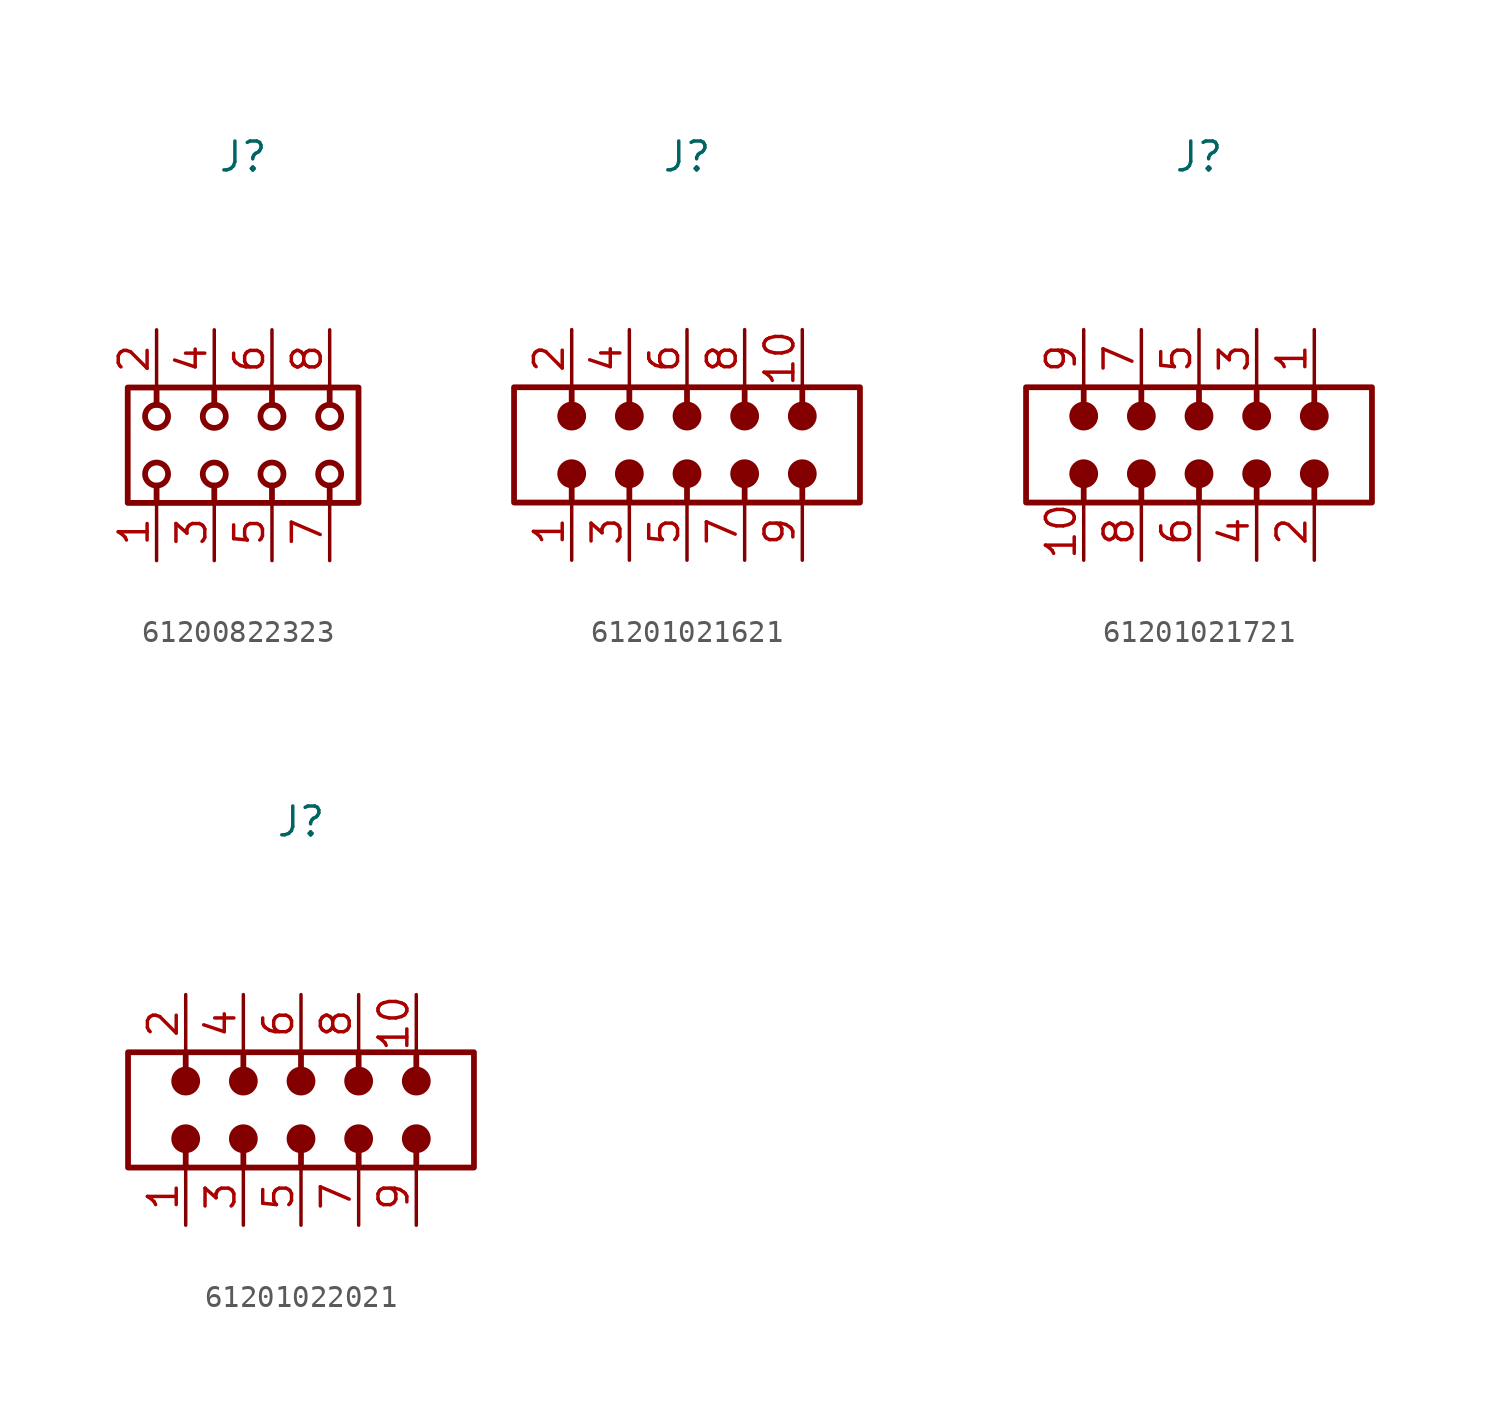
<source format=kicad_sym>
(kicad_symbol_lib
  (version 20241209)
  (generator "kicad_symbol_editor")
  (generator_version "9.0")
  (symbol "61200822323"
    (pin_names
      (hide yes))
    (property "Reference" "J"
      (at 0 12.7 0)
      (effects (font (size 1.27 1.27))))
    (symbol "61200822323_1_1"
      (rectangle (start -5.08 2.54) (end 5.08 -2.54) (stroke (width 0.254) (type solid)) (fill (type none)))
      (polyline (pts (xy -3.81 1.778) (xy -3.81 2.54)) (stroke (width 0.254) (type solid)) (fill (type none)))
      (circle (center -3.81 1.27) (radius 0.508) (stroke (width 0.254) (type solid)) (fill (type none)))
      (circle (center -3.81 -1.27) (radius 0.508) (stroke (width 0.254) (type solid)) (fill (type none)))
      (polyline (pts (xy -3.81 -1.778) (xy -3.81 -2.54)) (stroke (width 0.254) (type solid)) (fill (type none)))
      (polyline (pts (xy -1.27 1.778) (xy -1.27 2.54)) (stroke (width 0.254) (type solid)) (fill (type none)))
      (circle (center -1.27 1.27) (radius 0.508) (stroke (width 0.254) (type solid)) (fill (type none)))
      (circle (center -1.27 -1.27) (radius 0.508) (stroke (width 0.254) (type solid)) (fill (type none)))
      (polyline (pts (xy -1.27 -1.778) (xy -1.27 -2.54)) (stroke (width 0.254) (type solid)) (fill (type none)))
      (polyline (pts (xy 1.27 1.778) (xy 1.27 2.54)) (stroke (width 0.254) (type solid)) (fill (type none)))
      (circle (center 1.27 1.27) (radius 0.508) (stroke (width 0.254) (type solid)) (fill (type none)))
      (circle (center 1.27 -1.27) (radius 0.508) (stroke (width 0.254) (type solid)) (fill (type none)))
      (polyline (pts (xy 1.27 -1.778) (xy 1.27 -2.54)) (stroke (width 0.254) (type solid)) (fill (type none)))
      (polyline (pts (xy 3.81 1.778) (xy 3.81 2.54)) (stroke (width 0.254) (type solid)) (fill (type none)))
      (circle (center 3.81 1.27) (radius 0.508) (stroke (width 0.254) (type solid)) (fill (type none)))
      (circle (center 3.81 -1.27) (radius 0.508) (stroke (width 0.254) (type solid)) (fill (type none)))
      (polyline (pts (xy 3.81 -1.778) (xy 3.81 -2.54)) (stroke (width 0.254) (type solid)) (fill (type none)))
      (pin passive line (at -3.81 5.08 270) (length 2.54) (name "2" (effects (font (size 1.27 1.27)))) (number "2" (effects (font (size 1.27 1.27)))))
      (pin passive line (at -3.81 -5.08 90) (length 2.54) (name "1" (effects (font (size 1.27 1.27)))) (number "1" (effects (font (size 1.27 1.27)))))
      (pin passive line (at -1.27 5.08 270) (length 2.54) (name "4" (effects (font (size 1.27 1.27)))) (number "4" (effects (font (size 1.27 1.27)))))
      (pin passive line (at -1.27 -5.08 90) (length 2.54) (name "3" (effects (font (size 1.27 1.27)))) (number "3" (effects (font (size 1.27 1.27)))))
      (pin passive line (at 1.27 5.08 270) (length 2.54) (name "6" (effects (font (size 1.27 1.27)))) (number "6" (effects (font (size 1.27 1.27)))))
      (pin passive line (at 1.27 -5.08 90) (length 2.54) (name "5" (effects (font (size 1.27 1.27)))) (number "5" (effects (font (size 1.27 1.27)))))
      (pin passive line (at 3.81 5.08 270) (length 2.54) (name "8" (effects (font (size 1.27 1.27)))) (number "8" (effects (font (size 1.27 1.27)))))
      (pin passive line (at 3.81 -5.08 90) (length 2.54) (name "7" (effects (font (size 1.27 1.27)))) (number "7" (effects (font (size 1.27 1.27)))))))
  (symbol "61201021621"
    (pin_names
      (hide yes))
    (property "Reference" "J"
      (at 0 12.7 0)
      (effects (font (size 1.27 1.27))))
    (symbol "61201021621_1_1"
      (rectangle (start -7.62 2.54) (end 7.62 -2.54) (stroke (width 0.254) (type solid)) (fill (type none)))
      (polyline (pts (xy -5.08 1.778) (xy -5.08 2.54)) (stroke (width 0.254) (type solid)) (fill (type none)))
      (circle (center -5.08 1.27) (radius 0.508) (stroke (width 0.254) (type solid)) (fill (type outline)))
      (circle (center -5.08 -1.27) (radius 0.508) (stroke (width 0.254) (type solid)) (fill (type outline)))
      (polyline (pts (xy -5.08 -1.778) (xy -5.08 -2.54)) (stroke (width 0.254) (type solid)) (fill (type none)))
      (polyline (pts (xy -2.54 1.778) (xy -2.54 2.54)) (stroke (width 0.254) (type solid)) (fill (type none)))
      (circle (center -2.54 1.27) (radius 0.508) (stroke (width 0.254) (type solid)) (fill (type outline)))
      (circle (center -2.54 -1.27) (radius 0.508) (stroke (width 0.254) (type solid)) (fill (type outline)))
      (polyline (pts (xy -2.54 -1.778) (xy -2.54 -2.54)) (stroke (width 0.254) (type solid)) (fill (type none)))
      (polyline (pts (xy 0 1.778) (xy 0 2.54)) (stroke (width 0.254) (type solid)) (fill (type none)))
      (circle (center 0 1.27) (radius 0.508) (stroke (width 0.254) (type solid)) (fill (type outline)))
      (circle (center 0 -1.27) (radius 0.508) (stroke (width 0.254) (type solid)) (fill (type outline)))
      (polyline (pts (xy 0 -1.778) (xy 0 -2.54)) (stroke (width 0.254) (type solid)) (fill (type none)))
      (polyline (pts (xy 2.54 1.778) (xy 2.54 2.54)) (stroke (width 0.254) (type solid)) (fill (type none)))
      (circle (center 2.54 1.27) (radius 0.508) (stroke (width 0.254) (type solid)) (fill (type outline)))
      (circle (center 2.54 -1.27) (radius 0.508) (stroke (width 0.254) (type solid)) (fill (type outline)))
      (polyline (pts (xy 2.54 -1.778) (xy 2.54 -2.54)) (stroke (width 0.254) (type solid)) (fill (type none)))
      (polyline (pts (xy 5.08 1.778) (xy 5.08 2.54)) (stroke (width 0.254) (type solid)) (fill (type none)))
      (circle (center 5.08 1.27) (radius 0.508) (stroke (width 0.254) (type solid)) (fill (type outline)))
      (circle (center 5.08 -1.27) (radius 0.508) (stroke (width 0.254) (type solid)) (fill (type outline)))
      (polyline (pts (xy 5.08 -1.778) (xy 5.08 -2.54)) (stroke (width 0.254) (type solid)) (fill (type none)))
      (pin passive line (at -5.08 5.08 270) (length 2.54) (name "2" (effects (font (size 1.27 1.27)))) (number "2" (effects (font (size 1.27 1.27)))))
      (pin passive line (at -5.08 -5.08 90) (length 2.54) (name "1" (effects (font (size 1.27 1.27)))) (number "1" (effects (font (size 1.27 1.27)))))
      (pin passive line (at -2.54 5.08 270) (length 2.54) (name "4" (effects (font (size 1.27 1.27)))) (number "4" (effects (font (size 1.27 1.27)))))
      (pin passive line (at -2.54 -5.08 90) (length 2.54) (name "3" (effects (font (size 1.27 1.27)))) (number "3" (effects (font (size 1.27 1.27)))))
      (pin passive line (at 0 5.08 270) (length 2.54) (name "6" (effects (font (size 1.27 1.27)))) (number "6" (effects (font (size 1.27 1.27)))))
      (pin passive line (at 0 -5.08 90) (length 2.54) (name "5" (effects (font (size 1.27 1.27)))) (number "5" (effects (font (size 1.27 1.27)))))
      (pin passive line (at 2.54 5.08 270) (length 2.54) (name "8" (effects (font (size 1.27 1.27)))) (number "8" (effects (font (size 1.27 1.27)))))
      (pin passive line (at 2.54 -5.08 90) (length 2.54) (name "7" (effects (font (size 1.27 1.27)))) (number "7" (effects (font (size 1.27 1.27)))))
      (pin passive line (at 5.08 5.08 270) (length 2.54) (name "10" (effects (font (size 1.27 1.27)))) (number "10" (effects (font (size 1.27 1.27)))))
      (pin passive line (at 5.08 -5.08 90) (length 2.54) (name "9" (effects (font (size 1.27 1.27)))) (number "9" (effects (font (size 1.27 1.27)))))))
  (symbol "61201021721"
    (pin_names
      (hide yes))
    (property "Reference" "J"
      (at 0 12.7 0)
      (effects (font (size 1.27 1.27))))
    (symbol "61201021721_1_1"
      (polyline (pts (xy -5.08 1.778) (xy -5.08 2.54)) (stroke (width 0.254) (type solid)) (fill (type none)))
      (circle (center -5.08 1.27) (radius 0.508) (stroke (width 0.254) (type solid)) (fill (type outline)))
      (circle (center -5.08 -1.27) (radius 0.508) (stroke (width 0.254) (type solid)) (fill (type outline)))
      (polyline (pts (xy -5.08 -1.778) (xy -5.08 -2.54)) (stroke (width 0.254) (type solid)) (fill (type none)))
      (polyline (pts (xy -2.54 1.778) (xy -2.54 2.54)) (stroke (width 0.254) (type solid)) (fill (type none)))
      (circle (center -2.54 1.27) (radius 0.508) (stroke (width 0.254) (type solid)) (fill (type outline)))
      (circle (center -2.54 -1.27) (radius 0.508) (stroke (width 0.254) (type solid)) (fill (type outline)))
      (polyline (pts (xy -2.54 -1.778) (xy -2.54 -2.54)) (stroke (width 0.254) (type solid)) (fill (type none)))
      (polyline (pts (xy 0 1.778) (xy 0 2.54)) (stroke (width 0.254) (type solid)) (fill (type none)))
      (circle (center 0 1.27) (radius 0.508) (stroke (width 0.254) (type solid)) (fill (type outline)))
      (circle (center 0 -1.27) (radius 0.508) (stroke (width 0.254) (type solid)) (fill (type outline)))
      (polyline (pts (xy 0 -1.778) (xy 0 -2.54)) (stroke (width 0.254) (type solid)) (fill (type none)))
      (polyline (pts (xy 2.54 1.778) (xy 2.54 2.54)) (stroke (width 0.254) (type solid)) (fill (type none)))
      (circle (center 2.54 1.27) (radius 0.508) (stroke (width 0.254) (type solid)) (fill (type outline)))
      (circle (center 2.54 -1.27) (radius 0.508) (stroke (width 0.254) (type solid)) (fill (type outline)))
      (polyline (pts (xy 2.54 -1.778) (xy 2.54 -2.54)) (stroke (width 0.254) (type solid)) (fill (type none)))
      (polyline (pts (xy 5.08 1.778) (xy 5.08 2.54)) (stroke (width 0.254) (type solid)) (fill (type none)))
      (circle (center 5.08 1.27) (radius 0.508) (stroke (width 0.254) (type solid)) (fill (type outline)))
      (circle (center 5.08 -1.27) (radius 0.508) (stroke (width 0.254) (type solid)) (fill (type outline)))
      (polyline (pts (xy 5.08 -1.778) (xy 5.08 -2.54)) (stroke (width 0.254) (type solid)) (fill (type none)))
      (rectangle (start 7.62 -2.54) (end -7.62 2.54) (stroke (width 0.254) (type solid)) (fill (type none)))
      (pin passive line (at -5.08 5.08 270) (length 2.54) (name "9" (effects (font (size 1.27 1.27)))) (number "9" (effects (font (size 1.27 1.27)))))
      (pin passive line (at -5.08 -5.08 90) (length 2.54) (name "10" (effects (font (size 1.27 1.27)))) (number "10" (effects (font (size 1.27 1.27)))))
      (pin passive line (at -2.54 5.08 270) (length 2.54) (name "7" (effects (font (size 1.27 1.27)))) (number "7" (effects (font (size 1.27 1.27)))))
      (pin passive line (at -2.54 -5.08 90) (length 2.54) (name "8" (effects (font (size 1.27 1.27)))) (number "8" (effects (font (size 1.27 1.27)))))
      (pin passive line (at 0 5.08 270) (length 2.54) (name "5" (effects (font (size 1.27 1.27)))) (number "5" (effects (font (size 1.27 1.27)))))
      (pin passive line (at 0 -5.08 90) (length 2.54) (name "6" (effects (font (size 1.27 1.27)))) (number "6" (effects (font (size 1.27 1.27)))))
      (pin passive line (at 2.54 5.08 270) (length 2.54) (name "3" (effects (font (size 1.27 1.27)))) (number "3" (effects (font (size 1.27 1.27)))))
      (pin passive line (at 2.54 -5.08 90) (length 2.54) (name "4" (effects (font (size 1.27 1.27)))) (number "4" (effects (font (size 1.27 1.27)))))
      (pin passive line (at 5.08 5.08 270) (length 2.54) (name "1" (effects (font (size 1.27 1.27)))) (number "1" (effects (font (size 1.27 1.27)))))
      (pin passive line (at 5.08 -5.08 90) (length 2.54) (name "2" (effects (font (size 1.27 1.27)))) (number "2" (effects (font (size 1.27 1.27)))))))
  (symbol "61201022021"
    (pin_names
      (hide yes))
    (property "Reference" "J"
      (at 0 12.7 0)
      (effects (font (size 1.27 1.27))))
    (symbol "61201022021_1_1"
      (rectangle (start -7.62 2.54) (end 7.62 -2.54) (stroke (width 0.254) (type solid)) (fill (type none)))
      (polyline (pts (xy -5.08 1.778) (xy -5.08 2.54)) (stroke (width 0.254) (type solid)) (fill (type none)))
      (circle (center -5.08 1.27) (radius 0.508) (stroke (width 0.254) (type solid)) (fill (type outline)))
      (circle (center -5.08 -1.27) (radius 0.508) (stroke (width 0.254) (type solid)) (fill (type outline)))
      (polyline (pts (xy -5.08 -1.778) (xy -5.08 -2.54)) (stroke (width 0.254) (type solid)) (fill (type none)))
      (polyline (pts (xy -2.54 1.778) (xy -2.54 2.54)) (stroke (width 0.254) (type solid)) (fill (type none)))
      (circle (center -2.54 1.27) (radius 0.508) (stroke (width 0.254) (type solid)) (fill (type outline)))
      (circle (center -2.54 -1.27) (radius 0.508) (stroke (width 0.254) (type solid)) (fill (type outline)))
      (polyline (pts (xy -2.54 -1.778) (xy -2.54 -2.54)) (stroke (width 0.254) (type solid)) (fill (type none)))
      (polyline (pts (xy 0 1.778) (xy 0 2.54)) (stroke (width 0.254) (type solid)) (fill (type none)))
      (circle (center 0 1.27) (radius 0.508) (stroke (width 0.254) (type solid)) (fill (type outline)))
      (circle (center 0 -1.27) (radius 0.508) (stroke (width 0.254) (type solid)) (fill (type outline)))
      (polyline (pts (xy 0 -1.778) (xy 0 -2.54)) (stroke (width 0.254) (type solid)) (fill (type none)))
      (polyline (pts (xy 2.54 1.778) (xy 2.54 2.54)) (stroke (width 0.254) (type solid)) (fill (type none)))
      (circle (center 2.54 1.27) (radius 0.508) (stroke (width 0.254) (type solid)) (fill (type outline)))
      (circle (center 2.54 -1.27) (radius 0.508) (stroke (width 0.254) (type solid)) (fill (type outline)))
      (polyline (pts (xy 2.54 -1.778) (xy 2.54 -2.54)) (stroke (width 0.254) (type solid)) (fill (type none)))
      (polyline (pts (xy 5.08 1.778) (xy 5.08 2.54)) (stroke (width 0.254) (type solid)) (fill (type none)))
      (circle (center 5.08 1.27) (radius 0.508) (stroke (width 0.254) (type solid)) (fill (type outline)))
      (circle (center 5.08 -1.27) (radius 0.508) (stroke (width 0.254) (type solid)) (fill (type outline)))
      (polyline (pts (xy 5.08 -1.778) (xy 5.08 -2.54)) (stroke (width 0.254) (type solid)) (fill (type none)))
      (pin passive line (at -5.08 5.08 270) (length 2.54) (name "2" (effects (font (size 1.27 1.27)))) (number "2" (effects (font (size 1.27 1.27)))))
      (pin passive line (at -5.08 -5.08 90) (length 2.54) (name "1" (effects (font (size 1.27 1.27)))) (number "1" (effects (font (size 1.27 1.27)))))
      (pin passive line (at -2.54 5.08 270) (length 2.54) (name "4" (effects (font (size 1.27 1.27)))) (number "4" (effects (font (size 1.27 1.27)))))
      (pin passive line (at -2.54 -5.08 90) (length 2.54) (name "3" (effects (font (size 1.27 1.27)))) (number "3" (effects (font (size 1.27 1.27)))))
      (pin passive line (at 0 5.08 270) (length 2.54) (name "6" (effects (font (size 1.27 1.27)))) (number "6" (effects (font (size 1.27 1.27)))))
      (pin passive line (at 0 -5.08 90) (length 2.54) (name "5" (effects (font (size 1.27 1.27)))) (number "5" (effects (font (size 1.27 1.27)))))
      (pin passive line (at 2.54 5.08 270) (length 2.54) (name "8" (effects (font (size 1.27 1.27)))) (number "8" (effects (font (size 1.27 1.27)))))
      (pin passive line (at 2.54 -5.08 90) (length 2.54) (name "7" (effects (font (size 1.27 1.27)))) (number "7" (effects (font (size 1.27 1.27)))))
      (pin passive line (at 5.08 5.08 270) (length 2.54) (name "10" (effects (font (size 1.27 1.27)))) (number "10" (effects (font (size 1.27 1.27)))))
      (pin passive line (at 5.08 -5.08 90) (length 2.54) (name "9" (effects (font (size 1.27 1.27)))) (number "9" (effects (font (size 1.27 1.27))))))))
</source>
